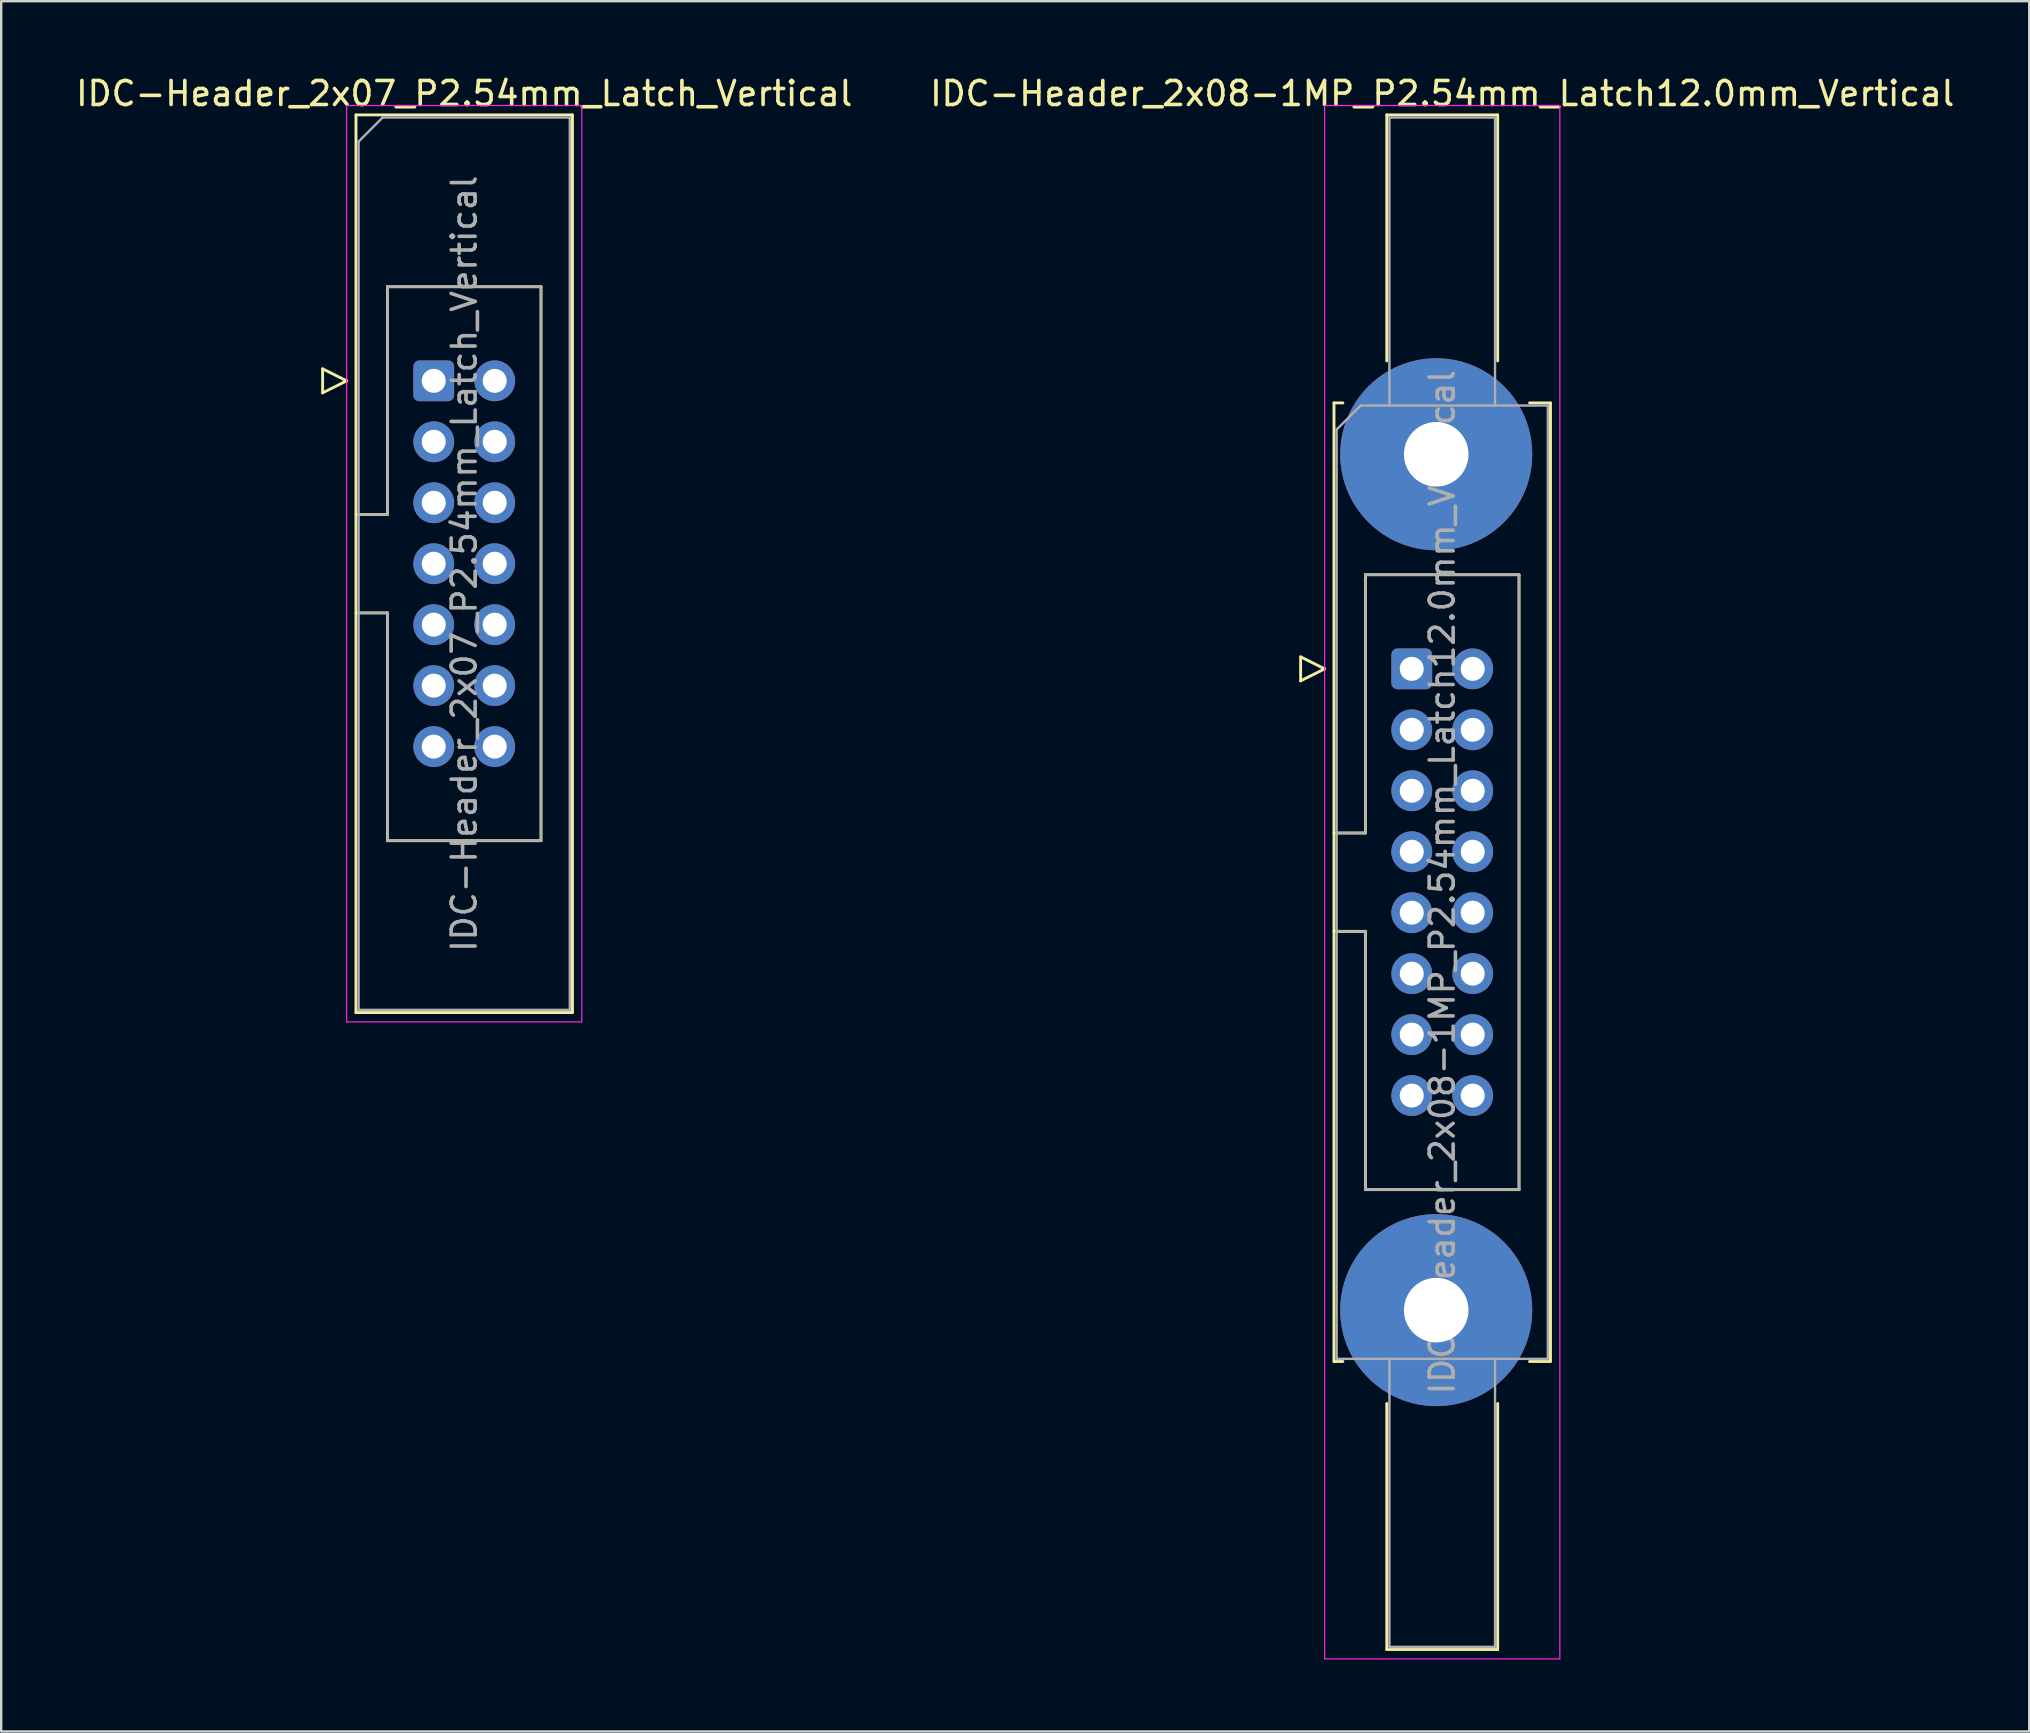
<source format=kicad_pcb>
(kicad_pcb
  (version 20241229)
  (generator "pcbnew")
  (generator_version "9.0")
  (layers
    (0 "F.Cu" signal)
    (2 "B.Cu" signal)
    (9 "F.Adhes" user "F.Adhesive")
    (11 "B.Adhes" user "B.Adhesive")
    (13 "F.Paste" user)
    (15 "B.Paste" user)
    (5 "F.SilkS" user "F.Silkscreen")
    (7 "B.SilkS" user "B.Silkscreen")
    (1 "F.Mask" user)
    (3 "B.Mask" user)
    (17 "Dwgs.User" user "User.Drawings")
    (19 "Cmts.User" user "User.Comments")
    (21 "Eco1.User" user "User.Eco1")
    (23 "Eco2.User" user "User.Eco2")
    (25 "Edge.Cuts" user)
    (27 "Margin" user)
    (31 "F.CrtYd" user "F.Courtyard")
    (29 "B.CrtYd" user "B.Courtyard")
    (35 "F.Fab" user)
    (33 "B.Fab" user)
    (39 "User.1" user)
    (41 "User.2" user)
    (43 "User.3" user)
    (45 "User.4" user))
  (footprint "IDC-Header_2x07_P2.54mm_Latch_Vertical"
    (layer "F.Cu")
    (at 15.022 12.818)
    (property "Reference" "IDC-Header_2x07_P2.54mm_Latch_Vertical" (at 1.27 -11.97 0) (layer "F.SilkS") (effects (font (size 1 1) (thickness 0.15))))
    (attr through_hole)
    (fp_line (start -4.63 -0.5) (end -4.63 0.5) (stroke (width 0.12) (type solid)) (layer "F.SilkS"))
    (fp_line (start -4.63 0.5) (end -3.63 0) (stroke (width 0.12) (type solid)) (layer "F.SilkS"))
    (fp_line (start -3.63 0) (end -4.63 -0.5) (stroke (width 0.12) (type solid)) (layer "F.SilkS"))
    (fp_line (start -3.24 -11.08) (end 5.78 -11.08) (stroke (width 0.12) (type solid)) (layer "F.SilkS"))
    (fp_line (start -3.24 5.57) (end -1.93 5.57) (stroke (width 0.12) (type solid)) (layer "F.SilkS"))
    (fp_line (start -3.24 26.32) (end -3.24 -11.08) (stroke (width 0.12) (type solid)) (layer "F.SilkS"))
    (fp_line (start -1.93 -3.92) (end 4.47 -3.92) (stroke (width 0.12) (type solid)) (layer "F.SilkS"))
    (fp_line (start -1.93 5.57) (end -1.93 -3.92) (stroke (width 0.12) (type solid)) (layer "F.SilkS"))
    (fp_line (start -1.93 9.67) (end -3.24 9.67) (stroke (width 0.12) (type solid)) (layer "F.SilkS"))
    (fp_line (start -1.93 9.67) (end -1.93 9.67) (stroke (width 0.12) (type solid)) (layer "F.SilkS"))
    (fp_line (start -1.93 19.16) (end -1.93 9.67) (stroke (width 0.12) (type solid)) (layer "F.SilkS"))
    (fp_line (start 4.47 -3.92) (end 4.47 19.16) (stroke (width 0.12) (type solid)) (layer "F.SilkS"))
    (fp_line (start 4.47 19.16) (end -1.93 19.16) (stroke (width 0.12) (type solid)) (layer "F.SilkS"))
    (fp_line (start 5.78 -11.08) (end 5.78 26.32) (stroke (width 0.12) (type solid)) (layer "F.SilkS"))
    (fp_line (start 5.78 26.32) (end -3.24 26.32) (stroke (width 0.12) (type solid)) (layer "F.SilkS"))
    (fp_line (start -3.63 -11.47) (end -3.63 26.71) (stroke (width 0.05) (type solid)) (layer "F.CrtYd"))
    (fp_line (start -3.63 26.71) (end 6.17 26.71) (stroke (width 0.05) (type solid)) (layer "F.CrtYd"))
    (fp_line (start 6.17 -11.47) (end -3.63 -11.47) (stroke (width 0.05) (type solid)) (layer "F.CrtYd"))
    (fp_line (start 6.17 26.71) (end 6.17 -11.47) (stroke (width 0.05) (type solid)) (layer "F.CrtYd"))
    (fp_line (start -3.13 -9.97) (end -2.13 -10.97) (stroke (width 0.1) (type solid)) (layer "F.Fab"))
    (fp_line (start -3.13 5.57) (end -1.93 5.57) (stroke (width 0.1) (type solid)) (layer "F.Fab"))
    (fp_line (start -3.13 26.21) (end -3.13 -9.97) (stroke (width 0.1) (type solid)) (layer "F.Fab"))
    (fp_line (start -2.13 -10.97) (end 5.67 -10.97) (stroke (width 0.1) (type solid)) (layer "F.Fab"))
    (fp_line (start -1.93 -3.92) (end 4.47 -3.92) (stroke (width 0.1) (type solid)) (layer "F.Fab"))
    (fp_line (start -1.93 5.57) (end -1.93 -3.92) (stroke (width 0.1) (type solid)) (layer "F.Fab"))
    (fp_line (start -1.93 9.67) (end -3.13 9.67) (stroke (width 0.1) (type solid)) (layer "F.Fab"))
    (fp_line (start -1.93 9.67) (end -1.93 9.67) (stroke (width 0.1) (type solid)) (layer "F.Fab"))
    (fp_line (start -1.93 19.16) (end -1.93 9.67) (stroke (width 0.1) (type solid)) (layer "F.Fab"))
    (fp_line (start 4.47 -3.92) (end 4.47 19.16) (stroke (width 0.1) (type solid)) (layer "F.Fab"))
    (fp_line (start 4.47 19.16) (end -1.93 19.16) (stroke (width 0.1) (type solid)) (layer "F.Fab"))
    (fp_line (start 5.67 -10.97) (end 5.67 26.21) (stroke (width 0.1) (type solid)) (layer "F.Fab"))
    (fp_line (start 5.67 26.21) (end -3.13 26.21) (stroke (width 0.1) (type solid)) (layer "F.Fab"))
    (fp_text user "${REFERENCE}" (at 1.27 7.62 90) (layer "F.Fab") (effects (font (size 1 1) (thickness 0.15))))
    (pad "1" thru_hole roundrect (at 0 0) (size 1.7 1.7) (drill 1) (layers "*.Cu" "*.Mask") (roundrect_rratio 0.147))
    (pad "2" thru_hole circle (at 2.54 0) (size 1.7 1.7) (drill 1) (layers "*.Cu" "*.Mask"))
    (pad "3" thru_hole circle (at 0 2.54) (size 1.7 1.7) (drill 1) (layers "*.Cu" "*.Mask"))
    (pad "4" thru_hole circle (at 2.54 2.54) (size 1.7 1.7) (drill 1) (layers "*.Cu" "*.Mask"))
    (pad "5" thru_hole circle (at 0 5.08) (size 1.7 1.7) (drill 1) (layers "*.Cu" "*.Mask"))
    (pad "6" thru_hole circle (at 2.54 5.08) (size 1.7 1.7) (drill 1) (layers "*.Cu" "*.Mask"))
    (pad "7" thru_hole circle (at 0 7.62) (size 1.7 1.7) (drill 1) (layers "*.Cu" "*.Mask"))
    (pad "8" thru_hole circle (at 2.54 7.62) (size 1.7 1.7) (drill 1) (layers "*.Cu" "*.Mask"))
    (pad "9" thru_hole circle (at 0 10.16) (size 1.7 1.7) (drill 1) (layers "*.Cu" "*.Mask"))
    (pad "10" thru_hole circle (at 2.54 10.16) (size 1.7 1.7) (drill 1) (layers "*.Cu" "*.Mask"))
    (pad "11" thru_hole circle (at 0 12.7) (size 1.7 1.7) (drill 1) (layers "*.Cu" "*.Mask"))
    (pad "12" thru_hole circle (at 2.54 12.7) (size 1.7 1.7) (drill 1) (layers "*.Cu" "*.Mask"))
    (pad "13" thru_hole circle (at 0 15.24) (size 1.7 1.7) (drill 1) (layers "*.Cu" "*.Mask"))
    (pad "14" thru_hole circle (at 2.54 15.24) (size 1.7 1.7) (drill 1) (layers "*.Cu" "*.Mask")))
  (footprint "IDC-Header_2x08-1MP_P2.54mm_Latch12.0mm_Vertical"
    (layer "F.Cu")
    (at 55.772 24.818)
    (property "Reference" "IDC-Header_2x08-1MP_P2.54mm_Latch12.0mm_Vertical" (at 1.27 -23.97 0) (layer "F.SilkS") (effects (font (size 1 1) (thickness 0.15))))
    (attr through_hole)
    (fp_line (start -4.63 -0.5) (end -4.63 0.5) (stroke (width 0.12) (type solid)) (layer "F.SilkS"))
    (fp_line (start -4.63 0.5) (end -3.63 0) (stroke (width 0.12) (type solid)) (layer "F.SilkS"))
    (fp_line (start -3.63 0) (end -4.63 -0.5) (stroke (width 0.12) (type solid)) (layer "F.SilkS"))
    (fp_line (start -3.24 -11.08) (end -3.24 28.86) (stroke (width 0.12) (type solid)) (layer "F.SilkS"))
    (fp_line (start -3.24 6.84) (end -1.93 6.84) (stroke (width 0.12) (type solid)) (layer "F.SilkS"))
    (fp_line (start -3.24 28.86) (end -2.87 28.86) (stroke (width 0.12) (type solid)) (layer "F.SilkS"))
    (fp_line (start -2.87 -11.08) (end -3.24 -11.08) (stroke (width 0.12) (type solid)) (layer "F.SilkS"))
    (fp_line (start -1.93 -3.92) (end 4.47 -3.92) (stroke (width 0.12) (type solid)) (layer "F.SilkS"))
    (fp_line (start -1.93 6.84) (end -1.93 -3.92) (stroke (width 0.12) (type solid)) (layer "F.SilkS"))
    (fp_line (start -1.93 10.94) (end -3.24 10.94) (stroke (width 0.12) (type solid)) (layer "F.SilkS"))
    (fp_line (start -1.93 10.94) (end -1.93 10.94) (stroke (width 0.12) (type solid)) (layer "F.SilkS"))
    (fp_line (start -1.93 21.7) (end -1.93 10.94) (stroke (width 0.12) (type solid)) (layer "F.SilkS"))
    (fp_line (start -1.04 -23.08) (end 3.58 -23.08) (stroke (width 0.12) (type solid)) (layer "F.SilkS"))
    (fp_line (start -1.04 -12.83) (end -1.04 -23.08) (stroke (width 0.12) (type solid)) (layer "F.SilkS"))
    (fp_line (start -1.04 30.61) (end -1.04 40.86) (stroke (width 0.12) (type solid)) (layer "F.SilkS"))
    (fp_line (start -1.04 40.86) (end 3.58 40.86) (stroke (width 0.12) (type solid)) (layer "F.SilkS"))
    (fp_line (start 3.58 -23.08) (end 3.58 -12.83) (stroke (width 0.12) (type solid)) (layer "F.SilkS"))
    (fp_line (start 3.58 40.86) (end 3.58 30.61) (stroke (width 0.12) (type solid)) (layer "F.SilkS"))
    (fp_line (start 4.47 -3.92) (end 4.47 21.7) (stroke (width 0.12) (type solid)) (layer "F.SilkS"))
    (fp_line (start 4.47 21.7) (end -1.93 21.7) (stroke (width 0.12) (type solid)) (layer "F.SilkS"))
    (fp_line (start 4.91 -11.08) (end 5.78 -11.08) (stroke (width 0.12) (type solid)) (layer "F.SilkS"))
    (fp_line (start 5.78 -11.08) (end 5.78 28.86) (stroke (width 0.12) (type solid)) (layer "F.SilkS"))
    (fp_line (start 5.78 28.86) (end 4.91 28.86) (stroke (width 0.12) (type solid)) (layer "F.SilkS"))
    (fp_line (start -3.63 -23.47) (end -3.63 41.25) (stroke (width 0.05) (type solid)) (layer "F.CrtYd"))
    (fp_line (start -3.63 41.25) (end 6.17 41.25) (stroke (width 0.05) (type solid)) (layer "F.CrtYd"))
    (fp_line (start 6.17 -23.47) (end -3.63 -23.47) (stroke (width 0.05) (type solid)) (layer "F.CrtYd"))
    (fp_line (start 6.17 41.25) (end 6.17 -23.47) (stroke (width 0.05) (type solid)) (layer "F.CrtYd"))
    (fp_line (start -3.13 -9.97) (end -2.13 -10.97) (stroke (width 0.1) (type solid)) (layer "F.Fab"))
    (fp_line (start -3.13 6.84) (end -1.93 6.84) (stroke (width 0.1) (type solid)) (layer "F.Fab"))
    (fp_line (start -3.13 28.75) (end -3.13 -9.97) (stroke (width 0.1) (type solid)) (layer "F.Fab"))
    (fp_line (start -2.13 -10.97) (end 5.67 -10.97) (stroke (width 0.1) (type solid)) (layer "F.Fab"))
    (fp_line (start -1.93 -3.92) (end 4.47 -3.92) (stroke (width 0.1) (type solid)) (layer "F.Fab"))
    (fp_line (start -1.93 6.84) (end -1.93 -3.92) (stroke (width 0.1) (type solid)) (layer "F.Fab"))
    (fp_line (start -1.93 10.94) (end -3.13 10.94) (stroke (width 0.1) (type solid)) (layer "F.Fab"))
    (fp_line (start -1.93 10.94) (end -1.93 10.94) (stroke (width 0.1) (type solid)) (layer "F.Fab"))
    (fp_line (start -1.93 21.7) (end -1.93 10.94) (stroke (width 0.1) (type solid)) (layer "F.Fab"))
    (fp_line (start -0.93 -22.97) (end 3.47 -22.97) (stroke (width 0.1) (type solid)) (layer "F.Fab"))
    (fp_line (start -0.93 -10.97) (end -0.93 -22.97) (stroke (width 0.1) (type solid)) (layer "F.Fab"))
    (fp_line (start -0.93 28.75) (end -0.93 40.75) (stroke (width 0.1) (type solid)) (layer "F.Fab"))
    (fp_line (start -0.93 40.75) (end 3.47 40.75) (stroke (width 0.1) (type solid)) (layer "F.Fab"))
    (fp_line (start 3.47 -22.97) (end 3.47 -10.97) (stroke (width 0.1) (type solid)) (layer "F.Fab"))
    (fp_line (start 3.47 40.75) (end 3.47 28.75) (stroke (width 0.1) (type solid)) (layer "F.Fab"))
    (fp_line (start 4.47 -3.92) (end 4.47 21.7) (stroke (width 0.1) (type solid)) (layer "F.Fab"))
    (fp_line (start 4.47 21.7) (end -1.93 21.7) (stroke (width 0.1) (type solid)) (layer "F.Fab"))
    (fp_line (start 5.67 -10.97) (end 5.67 28.75) (stroke (width 0.1) (type solid)) (layer "F.Fab"))
    (fp_line (start 5.67 28.75) (end -3.13 28.75) (stroke (width 0.1) (type solid)) (layer "F.Fab"))
    (fp_text user "${REFERENCE}" (at 1.27 8.89 90) (layer "F.Fab") (effects (font (size 1 1) (thickness 0.15))))
    (pad "1" thru_hole roundrect (at 0 0) (size 1.7 1.7) (drill 1) (layers "*.Cu" "*.Mask") (roundrect_rratio 0.147))
    (pad "2" thru_hole circle (at 2.54 0) (size 1.7 1.7) (drill 1) (layers "*.Cu" "*.Mask"))
    (pad "3" thru_hole circle (at 0 2.54) (size 1.7 1.7) (drill 1) (layers "*.Cu" "*.Mask"))
    (pad "4" thru_hole circle (at 2.54 2.54) (size 1.7 1.7) (drill 1) (layers "*.Cu" "*.Mask"))
    (pad "5" thru_hole circle (at 0 5.08) (size 1.7 1.7) (drill 1) (layers "*.Cu" "*.Mask"))
    (pad "6" thru_hole circle (at 2.54 5.08) (size 1.7 1.7) (drill 1) (layers "*.Cu" "*.Mask"))
    (pad "7" thru_hole circle (at 0 7.62) (size 1.7 1.7) (drill 1) (layers "*.Cu" "*.Mask"))
    (pad "8" thru_hole circle (at 2.54 7.62) (size 1.7 1.7) (drill 1) (layers "*.Cu" "*.Mask"))
    (pad "9" thru_hole circle (at 0 10.16) (size 1.7 1.7) (drill 1) (layers "*.Cu" "*.Mask"))
    (pad "10" thru_hole circle (at 2.54 10.16) (size 1.7 1.7) (drill 1) (layers "*.Cu" "*.Mask"))
    (pad "11" thru_hole circle (at 0 12.7) (size 1.7 1.7) (drill 1) (layers "*.Cu" "*.Mask"))
    (pad "12" thru_hole circle (at 2.54 12.7) (size 1.7 1.7) (drill 1) (layers "*.Cu" "*.Mask"))
    (pad "13" thru_hole circle (at 0 15.24) (size 1.7 1.7) (drill 1) (layers "*.Cu" "*.Mask"))
    (pad "14" thru_hole circle (at 2.54 15.24) (size 1.7 1.7) (drill 1) (layers "*.Cu" "*.Mask"))
    (pad "15" thru_hole circle (at 0 17.78) (size 1.7 1.7) (drill 1) (layers "*.Cu" "*.Mask"))
    (pad "16" thru_hole circle (at 2.54 17.78) (size 1.7 1.7) (drill 1) (layers "*.Cu" "*.Mask"))
    (pad "MP" thru_hole circle (at 1.02 -8.94) (size 8 8) (drill 2.69) (layers "*.Cu" "*.Mask"))
    (pad "MP" thru_hole circle (at 1.02 26.72) (size 8 8) (drill 2.69) (layers "*.Cu" "*.Mask")))
  (gr_rect
    (start -3 -3)
    (end 81.5 69.093)
    (stroke (width 0.1) (type default))
    (fill no)
    (layer "Edge.Cuts")))
</source>
